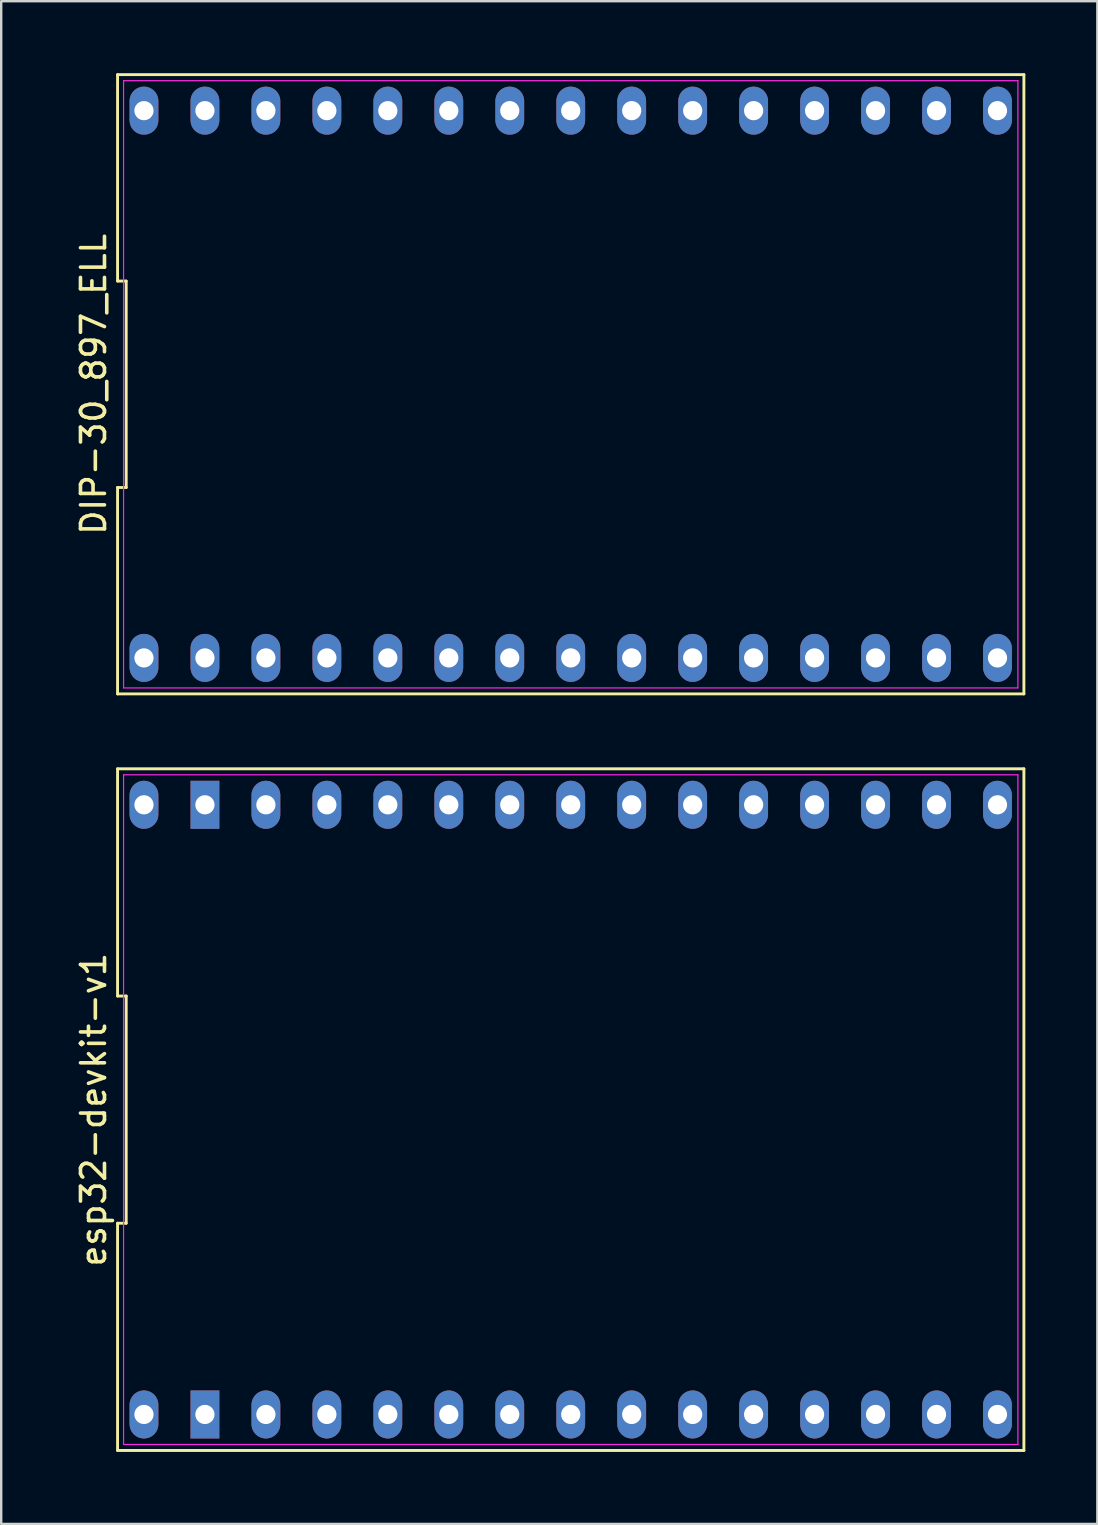
<source format=kicad_pcb>
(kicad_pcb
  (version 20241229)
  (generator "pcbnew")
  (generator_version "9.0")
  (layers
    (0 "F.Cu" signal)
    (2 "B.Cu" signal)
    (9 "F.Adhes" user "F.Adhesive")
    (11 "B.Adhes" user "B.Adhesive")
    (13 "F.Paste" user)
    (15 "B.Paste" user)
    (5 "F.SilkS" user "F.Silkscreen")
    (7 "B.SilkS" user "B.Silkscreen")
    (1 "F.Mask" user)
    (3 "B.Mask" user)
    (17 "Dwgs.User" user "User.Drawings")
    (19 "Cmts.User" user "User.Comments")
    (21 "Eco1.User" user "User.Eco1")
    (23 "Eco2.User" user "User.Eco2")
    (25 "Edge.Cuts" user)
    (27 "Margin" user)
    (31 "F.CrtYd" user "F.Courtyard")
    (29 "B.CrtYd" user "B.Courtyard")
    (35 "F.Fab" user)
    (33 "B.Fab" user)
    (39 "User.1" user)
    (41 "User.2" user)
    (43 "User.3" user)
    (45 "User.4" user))
  (footprint "DIP-30_897_ELL"
    (layer "F.Cu")
    (at 20.728 12.96)
    (property "Reference" "DIP-30_897_ELL" (at -19.88 0 90) (layer "F.SilkS") (effects (font (size 1 1) (thickness 0.15))))
    (attr through_hole)
    (fp_line (start -18.88 -12.9) (end -18.88 -4.3) (stroke (width 0.12) (type solid)) (layer "F.SilkS"))
    (fp_line (start -18.88 -4.3) (end -18.52 -4.3) (stroke (width 0.12) (type solid)) (layer "F.SilkS"))
    (fp_line (start -18.88 4.3) (end -18.88 12.9) (stroke (width 0.12) (type solid)) (layer "F.SilkS"))
    (fp_line (start -18.88 12.9) (end 18.88 12.9) (stroke (width 0.12) (type solid)) (layer "F.SilkS"))
    (fp_line (start -18.52 -4.3) (end -18.52 4.3) (stroke (width 0.12) (type solid)) (layer "F.SilkS"))
    (fp_line (start -18.52 4.3) (end -18.88 4.3) (stroke (width 0.12) (type solid)) (layer "F.SilkS"))
    (fp_line (start 18.88 -12.9) (end -18.88 -12.9) (stroke (width 0.12) (type solid)) (layer "F.SilkS"))
    (fp_line (start 18.88 12.9) (end 18.88 -12.9) (stroke (width 0.12) (type solid)) (layer "F.SilkS"))
    (fp_line (start -18.63 -12.65) (end 18.63 -12.65) (stroke (width 0.05) (type solid)) (layer "F.CrtYd"))
    (fp_line (start -18.63 12.65) (end -18.63 -12.65) (stroke (width 0.05) (type solid)) (layer "F.CrtYd"))
    (fp_line (start 18.63 -12.65) (end 18.63 12.65) (stroke (width 0.05) (type solid)) (layer "F.CrtYd"))
    (fp_line (start 18.63 12.65) (end -18.63 12.65) (stroke (width 0.05) (type solid)) (layer "F.CrtYd"))
    (pad "1" thru_hole oval (at -17.78 11.4) (size 1.2 2) (drill 0.8) (layers "*.Cu" "*.Mask"))
    (pad "2" thru_hole oval (at -15.24 11.4) (size 1.2 2) (drill 0.8) (layers "*.Cu" "*.Mask"))
    (pad "3" thru_hole oval (at -12.7 11.4) (size 1.2 2) (drill 0.8) (layers "*.Cu" "*.Mask"))
    (pad "4" thru_hole oval (at -10.16 11.4) (size 1.2 2) (drill 0.8) (layers "*.Cu" "*.Mask"))
    (pad "5" thru_hole oval (at -7.62 11.4) (size 1.2 2) (drill 0.8) (layers "*.Cu" "*.Mask"))
    (pad "6" thru_hole oval (at -5.08 11.4) (size 1.2 2) (drill 0.8) (layers "*.Cu" "*.Mask"))
    (pad "7" thru_hole oval (at -2.54 11.4) (size 1.2 2) (drill 0.8) (layers "*.Cu" "*.Mask"))
    (pad "8" thru_hole oval (at 0 11.4) (size 1.2 2) (drill 0.8) (layers "*.Cu" "*.Mask"))
    (pad "9" thru_hole oval (at 2.54 11.4) (size 1.2 2) (drill 0.8) (layers "*.Cu" "*.Mask"))
    (pad "10" thru_hole oval (at 5.08 11.4) (size 1.2 2) (drill 0.8) (layers "*.Cu" "*.Mask"))
    (pad "11" thru_hole oval (at 7.62 11.4) (size 1.2 2) (drill 0.8) (layers "*.Cu" "*.Mask"))
    (pad "12" thru_hole oval (at 10.16 11.4) (size 1.2 2) (drill 0.8) (layers "*.Cu" "*.Mask"))
    (pad "13" thru_hole oval (at 12.7 11.4) (size 1.2 2) (drill 0.8) (layers "*.Cu" "*.Mask"))
    (pad "14" thru_hole oval (at 15.24 11.4) (size 1.2 2) (drill 0.8) (layers "*.Cu" "*.Mask"))
    (pad "15" thru_hole oval (at 17.78 11.4) (size 1.2 2) (drill 0.8) (layers "*.Cu" "*.Mask"))
    (pad "16" thru_hole oval (at 17.78 -11.4) (size 1.2 2) (drill 0.8) (layers "*.Cu" "*.Mask"))
    (pad "17" thru_hole oval (at 15.24 -11.4) (size 1.2 2) (drill 0.8) (layers "*.Cu" "*.Mask"))
    (pad "18" thru_hole oval (at 12.7 -11.4) (size 1.2 2) (drill 0.8) (layers "*.Cu" "*.Mask"))
    (pad "19" thru_hole oval (at 10.16 -11.4) (size 1.2 2) (drill 0.8) (layers "*.Cu" "*.Mask"))
    (pad "20" thru_hole oval (at 7.62 -11.4) (size 1.2 2) (drill 0.8) (layers "*.Cu" "*.Mask"))
    (pad "21" thru_hole oval (at 5.08 -11.4) (size 1.2 2) (drill 0.8) (layers "*.Cu" "*.Mask"))
    (pad "22" thru_hole oval (at 2.54 -11.4) (size 1.2 2) (drill 0.8) (layers "*.Cu" "*.Mask"))
    (pad "23" thru_hole oval (at 0 -11.4) (size 1.2 2) (drill 0.8) (layers "*.Cu" "*.Mask"))
    (pad "24" thru_hole oval (at -2.54 -11.4) (size 1.2 2) (drill 0.8) (layers "*.Cu" "*.Mask"))
    (pad "25" thru_hole oval (at -5.08 -11.4) (size 1.2 2) (drill 0.8) (layers "*.Cu" "*.Mask"))
    (pad "26" thru_hole oval (at -7.62 -11.4) (size 1.2 2) (drill 0.8) (layers "*.Cu" "*.Mask"))
    (pad "27" thru_hole oval (at -10.16 -11.4) (size 1.2 2) (drill 0.8) (layers "*.Cu" "*.Mask"))
    (pad "28" thru_hole oval (at -12.7 -11.4) (size 1.2 2) (drill 0.8) (layers "*.Cu" "*.Mask"))
    (pad "29" thru_hole oval (at -15.24 -11.4) (size 1.2 2) (drill 0.8) (layers "*.Cu" "*.Mask"))
    (pad "30" thru_hole oval (at -17.78 -11.4) (size 1.2 2) (drill 0.8) (layers "*.Cu" "*.Mask")))
  (footprint "esp32-devkit-v1"
    (layer "F.Cu")
    (at 20.728 43.18)
    (property "Reference" "esp32-devkit-v1" (at -19.88 0 90) (layer "F.SilkS") (effects (font (size 1 1) (thickness 0.15))))
    (attr through_hole)
    (fp_line (start -18.88 -14.2) (end -18.88 -4.733) (stroke (width 0.12) (type solid)) (layer "F.SilkS"))
    (fp_line (start -18.88 -4.733) (end -18.52 -4.733) (stroke (width 0.12) (type solid)) (layer "F.SilkS"))
    (fp_line (start -18.88 4.733) (end -18.88 14.2) (stroke (width 0.12) (type solid)) (layer "F.SilkS"))
    (fp_line (start -18.88 14.2) (end 18.88 14.2) (stroke (width 0.12) (type solid)) (layer "F.SilkS"))
    (fp_line (start -18.52 -4.733) (end -18.52 4.733) (stroke (width 0.12) (type solid)) (layer "F.SilkS"))
    (fp_line (start -18.52 4.733) (end -18.88 4.733) (stroke (width 0.12) (type solid)) (layer "F.SilkS"))
    (fp_line (start 18.88 -14.2) (end -18.88 -14.2) (stroke (width 0.12) (type solid)) (layer "F.SilkS"))
    (fp_line (start 18.88 14.2) (end 18.88 -14.2) (stroke (width 0.12) (type solid)) (layer "F.SilkS"))
    (fp_line (start -18.63 -13.95) (end 18.63 -13.95) (stroke (width 0.05) (type solid)) (layer "F.CrtYd"))
    (fp_line (start -18.63 13.95) (end -18.63 -13.95) (stroke (width 0.05) (type solid)) (layer "F.CrtYd"))
    (fp_line (start 18.63 -13.95) (end 18.63 13.95) (stroke (width 0.05) (type solid)) (layer "F.CrtYd"))
    (fp_line (start 18.63 13.95) (end -18.63 13.95) (stroke (width 0.05) (type solid)) (layer "F.CrtYd"))
    (pad "1" thru_hole oval (at -17.78 12.7) (size 1.2 2) (drill 0.8) (layers "*.Cu" "*.Mask"))
    (pad "2" thru_hole rect (at -15.24 12.7) (size 1.2 2) (drill 0.8) (layers "*.Cu" "*.Mask"))
    (pad "3" thru_hole oval (at -12.7 12.7) (size 1.2 2) (drill 0.8) (layers "*.Cu" "*.Mask"))
    (pad "4" thru_hole oval (at -10.16 12.7) (size 1.2 2) (drill 0.8) (layers "*.Cu" "*.Mask"))
    (pad "5" thru_hole oval (at -7.62 12.7) (size 1.2 2) (drill 0.8) (layers "*.Cu" "*.Mask"))
    (pad "6" thru_hole oval (at -5.08 12.7) (size 1.2 2) (drill 0.8) (layers "*.Cu" "*.Mask"))
    (pad "7" thru_hole oval (at -2.54 12.7) (size 1.2 2) (drill 0.8) (layers "*.Cu" "*.Mask"))
    (pad "8" thru_hole oval (at 0 12.7) (size 1.2 2) (drill 0.8) (layers "*.Cu" "*.Mask"))
    (pad "9" thru_hole oval (at 2.54 12.7) (size 1.2 2) (drill 0.8) (layers "*.Cu" "*.Mask"))
    (pad "10" thru_hole oval (at 5.08 12.7) (size 1.2 2) (drill 0.8) (layers "*.Cu" "*.Mask"))
    (pad "11" thru_hole oval (at 7.62 12.7) (size 1.2 2) (drill 0.8) (layers "*.Cu" "*.Mask"))
    (pad "12" thru_hole oval (at 10.16 12.7) (size 1.2 2) (drill 0.8) (layers "*.Cu" "*.Mask"))
    (pad "13" thru_hole oval (at 12.7 12.7) (size 1.2 2) (drill 0.8) (layers "*.Cu" "*.Mask"))
    (pad "14" thru_hole oval (at 15.24 12.7) (size 1.2 2) (drill 0.8) (layers "*.Cu" "*.Mask"))
    (pad "15" thru_hole oval (at 17.78 12.7) (size 1.2 2) (drill 0.8) (layers "*.Cu" "*.Mask"))
    (pad "16" thru_hole oval (at 17.78 -12.7) (size 1.2 2) (drill 0.8) (layers "*.Cu" "*.Mask"))
    (pad "17" thru_hole oval (at 15.24 -12.7) (size 1.2 2) (drill 0.8) (layers "*.Cu" "*.Mask"))
    (pad "18" thru_hole oval (at 12.7 -12.7) (size 1.2 2) (drill 0.8) (layers "*.Cu" "*.Mask"))
    (pad "19" thru_hole oval (at 10.16 -12.7) (size 1.2 2) (drill 0.8) (layers "*.Cu" "*.Mask"))
    (pad "20" thru_hole oval (at 7.62 -12.7) (size 1.2 2) (drill 0.8) (layers "*.Cu" "*.Mask"))
    (pad "21" thru_hole oval (at 5.08 -12.7) (size 1.2 2) (drill 0.8) (layers "*.Cu" "*.Mask"))
    (pad "22" thru_hole oval (at 2.54 -12.7) (size 1.2 2) (drill 0.8) (layers "*.Cu" "*.Mask"))
    (pad "23" thru_hole oval (at 0 -12.7) (size 1.2 2) (drill 0.8) (layers "*.Cu" "*.Mask"))
    (pad "24" thru_hole oval (at -2.54 -12.7) (size 1.2 2) (drill 0.8) (layers "*.Cu" "*.Mask"))
    (pad "25" thru_hole oval (at -5.08 -12.7) (size 1.2 2) (drill 0.8) (layers "*.Cu" "*.Mask"))
    (pad "26" thru_hole oval (at -7.62 -12.7) (size 1.2 2) (drill 0.8) (layers "*.Cu" "*.Mask"))
    (pad "27" thru_hole oval (at -10.16 -12.7) (size 1.2 2) (drill 0.8) (layers "*.Cu" "*.Mask"))
    (pad "28" thru_hole oval (at -12.7 -12.7) (size 1.2 2) (drill 0.8) (layers "*.Cu" "*.Mask"))
    (pad "29" thru_hole rect (at -15.24 -12.7) (size 1.2 2) (drill 0.8) (layers "*.Cu" "*.Mask"))
    (pad "30" thru_hole oval (at -17.78 -12.7) (size 1.2 2) (drill 0.8) (layers "*.Cu" "*.Mask")))
  (gr_rect
    (start -3 -3)
    (end 42.668 60.44)
    (stroke (width 0.1) (type default))
    (fill no)
    (layer "Edge.Cuts")))
</source>
